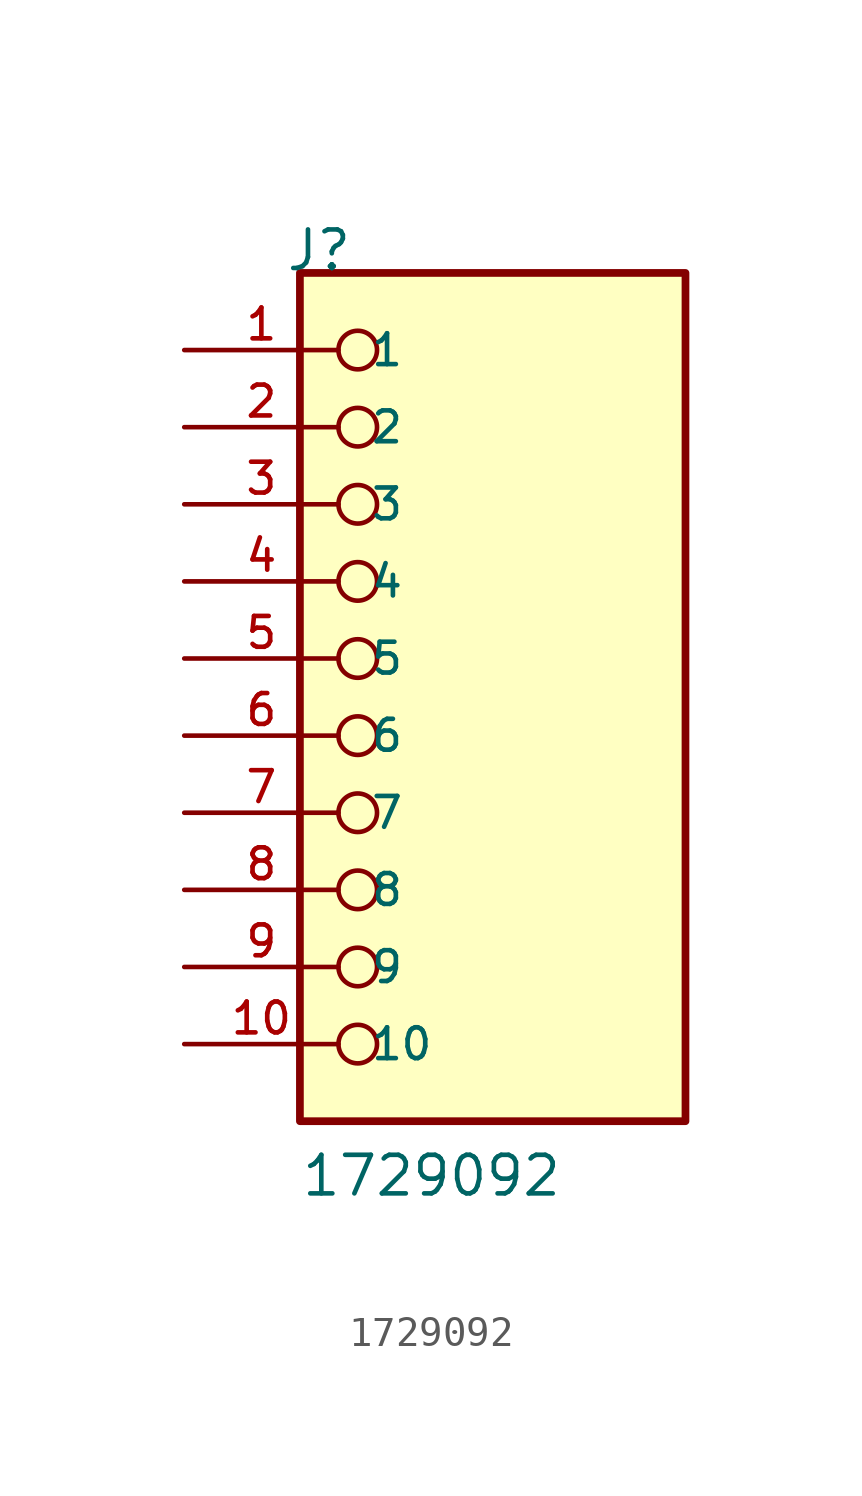
<source format=kicad_sym>
(kicad_symbol_lib
  (version 20211014)
  (generator kicad_symbol_editor)
  (symbol "1729092"
    (pin_names
      (offset 1.016))
    (property "Reference" "J"
      (at -6.85 15.24 0)
      (effects (font (size 1.27 1.27)) (justify bottom left)))
    (property "Value" "1729092"
      (at -6.35 -15.24 0)
      (effects (font (size 1.27 1.27)) (justify bottom left)))
    (symbol "1729092_0_0"
      (circle (center -4.445 12.7) (radius 0.635) (stroke (width 0.152)) (fill (type none)))
      (circle (center -4.445 10.16) (radius 0.635) (stroke (width 0.152)) (fill (type none)))
      (circle (center -4.445 7.62) (radius 0.635) (stroke (width 0.152)) (fill (type none)))
      (circle (center -4.445 5.08) (radius 0.635) (stroke (width 0.152)) (fill (type none)))
      (circle (center -4.445 2.54) (radius 0.635) (stroke (width 0.152)) (fill (type none)))
      (circle (center -4.445 0.0) (radius 0.635) (stroke (width 0.152)) (fill (type none)))
      (circle (center -4.445 -2.54) (radius 0.635) (stroke (width 0.152)) (fill (type none)))
      (circle (center -4.445 -5.08) (radius 0.635) (stroke (width 0.152)) (fill (type none)))
      (circle (center -4.445 -7.62) (radius 0.635) (stroke (width 0.152)) (fill (type none)))
      (circle (center -4.445 -10.16) (radius 0.635) (stroke (width 0.152)) (fill (type none)))
      (rectangle (start -6.35 -12.7) (end 6.35 15.24) (stroke (width 0.254)) (fill (type background)))
      (pin passive line (at -10.16 12.7 0) (length 5.08) (name "1" (effects (font (size 1.016 1.016)))) (number "1" (effects (font (size 1.016 1.016)))))
      (pin passive line (at -10.16 10.16 0) (length 5.08) (name "2" (effects (font (size 1.016 1.016)))) (number "2" (effects (font (size 1.016 1.016)))))
      (pin passive line (at -10.16 7.62 0) (length 5.08) (name "3" (effects (font (size 1.016 1.016)))) (number "3" (effects (font (size 1.016 1.016)))))
      (pin passive line (at -10.16 5.08 0) (length 5.08) (name "4" (effects (font (size 1.016 1.016)))) (number "4" (effects (font (size 1.016 1.016)))))
      (pin passive line (at -10.16 2.54 0) (length 5.08) (name "5" (effects (font (size 1.016 1.016)))) (number "5" (effects (font (size 1.016 1.016)))))
      (pin passive line (at -10.16 0.0 0) (length 5.08) (name "6" (effects (font (size 1.016 1.016)))) (number "6" (effects (font (size 1.016 1.016)))))
      (pin passive line (at -10.16 -2.54 0) (length 5.08) (name "7" (effects (font (size 1.016 1.016)))) (number "7" (effects (font (size 1.016 1.016)))))
      (pin passive line (at -10.16 -5.08 0) (length 5.08) (name "8" (effects (font (size 1.016 1.016)))) (number "8" (effects (font (size 1.016 1.016)))))
      (pin passive line (at -10.16 -7.62 0) (length 5.08) (name "9" (effects (font (size 1.016 1.016)))) (number "9" (effects (font (size 1.016 1.016)))))
      (pin passive line (at -10.16 -10.16 0) (length 5.08) (name "10" (effects (font (size 1.016 1.016)))) (number "10" (effects (font (size 1.016 1.016))))))))
</source>
